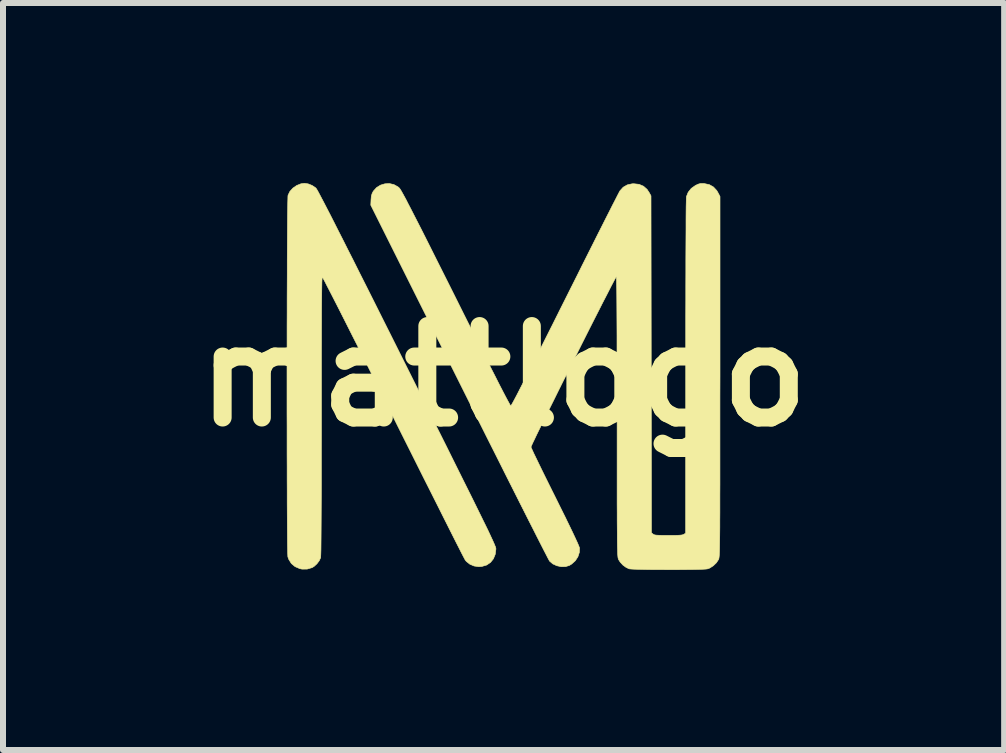
<source format=kicad_pcb>
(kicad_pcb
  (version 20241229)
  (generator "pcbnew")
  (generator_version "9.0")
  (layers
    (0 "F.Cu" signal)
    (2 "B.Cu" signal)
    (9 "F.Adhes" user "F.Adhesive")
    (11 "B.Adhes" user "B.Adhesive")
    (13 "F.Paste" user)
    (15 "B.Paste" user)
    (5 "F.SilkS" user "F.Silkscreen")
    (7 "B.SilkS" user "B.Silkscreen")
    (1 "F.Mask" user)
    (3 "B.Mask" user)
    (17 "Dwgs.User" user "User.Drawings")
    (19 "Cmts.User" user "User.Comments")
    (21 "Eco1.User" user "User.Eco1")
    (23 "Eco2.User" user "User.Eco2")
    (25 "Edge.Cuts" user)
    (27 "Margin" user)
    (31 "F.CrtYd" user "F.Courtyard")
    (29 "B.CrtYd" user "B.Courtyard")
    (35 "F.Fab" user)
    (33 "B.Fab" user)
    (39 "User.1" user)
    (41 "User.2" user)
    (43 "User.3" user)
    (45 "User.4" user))
  (footprint "mattlogo"
    (layer "F.Cu")
    (at 5.341 3.218)
    (property "Reference" "mattlogo" (at 0 0 0) (layer "F.SilkS") (effects (font (size 1.524 1.524) (thickness 0.3))))
    (attr through_hole)
    (fp_poly (pts (xy -3.256 -3.204) (xy -3.191 -3.178) (xy -3.135 -3.141) (xy -3.126 -3.133) (xy -3.119 -3.123) (xy -3.105 -3.101) (xy -3.086 -3.067) (xy -3.061 -3.02) (xy -3.029 -2.959) (xy -2.99 -2.885) (xy -2.944 -2.796) (xy -2.89 -2.692) (xy -2.829 -2.572) (xy -2.76 -2.435) (xy -2.682 -2.282) (xy -2.596 -2.111) (xy -2.5 -1.922) (xy -2.396 -1.714) (xy -2.281 -1.486) (xy -2.157 -1.239) (xy -2.023 -0.971) (xy -1.878 -0.682) (xy -1.723 -0.372) (xy -1.605 -0.136) (xy -1.451 0.172) (xy -1.308 0.459) (xy -1.175 0.725) (xy -1.052 0.97) (xy -0.939 1.196) (xy -0.836 1.404) (xy -0.742 1.593) (xy -0.656 1.766) (xy -0.578 1.922) (xy -0.508 2.063) (xy -0.446 2.189) (xy -0.391 2.301) (xy -0.342 2.401) (xy -0.299 2.488) (xy -0.262 2.564) (xy -0.231 2.63) (xy -0.205 2.686) (xy -0.183 2.733) (xy -0.166 2.771) (xy -0.152 2.803) (xy -0.142 2.828) (xy -0.134 2.847) (xy -0.13 2.862) (xy -0.128 2.872) (xy -0.127 2.878) (xy -0.138 2.968) (xy -0.169 3.044) (xy -0.217 3.104) (xy -0.282 3.148) (xy -0.361 3.171) (xy -0.412 3.175) (xy -0.49 3.164) (xy -0.561 3.134) (xy -0.62 3.087) (xy -0.64 3.062) (xy -0.648 3.046) (xy -0.668 3.009) (xy -0.698 2.951) (xy -0.737 2.874) (xy -0.786 2.778) (xy -0.843 2.665) (xy -0.908 2.536) (xy -0.981 2.391) (xy -1.06 2.233) (xy -1.146 2.062) (xy -1.238 1.879) (xy -1.336 1.685) (xy -1.438 1.481) (xy -1.544 1.269) (xy -1.654 1.05) (xy -1.767 0.824) (xy -1.837 0.683) (xy -1.952 0.454) (xy -2.063 0.232) (xy -2.171 0.016) (xy -2.275 -0.191) (xy -2.374 -0.389) (xy -2.469 -0.576) (xy -2.558 -0.752) (xy -2.64 -0.915) (xy -2.716 -1.065) (xy -2.785 -1.201) (xy -2.846 -1.32) (xy -2.899 -1.423) (xy -2.943 -1.508) (xy -2.977 -1.575) (xy -3.002 -1.621) (xy -3.016 -1.646) (xy -3.019 -1.651) (xy -3.021 -1.647) (xy -3.023 -1.632) (xy -3.025 -1.608) (xy -3.027 -1.572) (xy -3.028 -1.523) (xy -3.029 -1.461) (xy -3.03 -1.385) (xy -3.031 -1.294) (xy -3.032 -1.186) (xy -3.033 -1.062) (xy -3.033 -0.92) (xy -3.034 -0.758) (xy -3.034 -0.577) (xy -3.035 -0.375) (xy -3.035 -0.152) (xy -3.035 0.094) (xy -3.035 0.364) (xy -3.035 0.658) (xy -3.035 0.664) (xy -3.035 0.987) (xy -3.036 1.285) (xy -3.036 1.559) (xy -3.036 1.808) (xy -3.037 2.033) (xy -3.038 2.234) (xy -3.039 2.412) (xy -3.04 2.567) (xy -3.041 2.698) (xy -3.042 2.807) (xy -3.043 2.894) (xy -3.045 2.959) (xy -3.047 3.003) (xy -3.048 3.025) (xy -3.049 3.027) (xy -3.072 3.077) (xy -3.111 3.128) (xy -3.158 3.171) (xy -3.191 3.191) (xy -3.272 3.215) (xy -3.357 3.216) (xy -3.395 3.208) (xy -3.474 3.174) (xy -3.536 3.122) (xy -3.579 3.053) (xy -3.594 3.011) (xy -3.595 2.993) (xy -3.597 2.951) (xy -3.598 2.886) (xy -3.6 2.8) (xy -3.601 2.693) (xy -3.602 2.569) (xy -3.603 2.427) (xy -3.604 2.269) (xy -3.605 2.097) (xy -3.605 1.912) (xy -3.606 1.715) (xy -3.606 1.508) (xy -3.607 1.292) (xy -3.607 1.069) (xy -3.607 0.839) (xy -3.608 0.604) (xy -3.608 0.366) (xy -3.608 0.126) (xy -3.608 -0.115) (xy -3.607 -0.355) (xy -3.607 -0.594) (xy -3.607 -0.829) (xy -3.606 -1.059) (xy -3.606 -1.283) (xy -3.605 -1.499) (xy -3.604 -1.707) (xy -3.604 -1.904) (xy -3.603 -2.09) (xy -3.602 -2.263) (xy -3.601 -2.421) (xy -3.6 -2.564) (xy -3.599 -2.69) (xy -3.597 -2.797) (xy -3.596 -2.885) (xy -3.594 -2.951) (xy -3.593 -2.995) (xy -3.591 -3.014) (xy -3.591 -3.015) (xy -3.56 -3.078) (xy -3.51 -3.133) (xy -3.447 -3.177) (xy -3.377 -3.205) (xy -3.318 -3.213) (xy -3.256 -3.204)) (stroke (width 0.01) (type solid)) (fill yes) (layer "F.SilkS"))
    (fp_poly (pts (xy 3.344 -3.209) (xy 3.429 -3.191) (xy 3.498 -3.152) (xy 3.553 -3.093) (xy 3.571 -3.062) (xy 3.607 -2.994) (xy 3.607 0.005) (xy 3.606 0.33) (xy 3.606 0.632) (xy 3.606 0.91) (xy 3.606 1.165) (xy 3.606 1.399) (xy 3.606 1.613) (xy 3.606 1.807) (xy 3.605 1.982) (xy 3.605 2.139) (xy 3.605 2.28) (xy 3.604 2.405) (xy 3.604 2.516) (xy 3.603 2.612) (xy 3.602 2.696) (xy 3.601 2.768) (xy 3.6 2.83) (xy 3.599 2.881) (xy 3.598 2.923) (xy 3.596 2.958) (xy 3.595 2.985) (xy 3.593 3.007) (xy 3.591 3.023) (xy 3.589 3.035) (xy 3.587 3.044) (xy 3.584 3.052) (xy 3.583 3.055) (xy 3.547 3.11) (xy 3.495 3.16) (xy 3.436 3.198) (xy 3.397 3.212) (xy 3.372 3.215) (xy 3.324 3.218) (xy 3.258 3.22) (xy 3.176 3.222) (xy 3.08 3.223) (xy 2.976 3.224) (xy 2.865 3.225) (xy 2.75 3.225) (xy 2.636 3.224) (xy 2.524 3.224) (xy 2.419 3.223) (xy 2.323 3.221) (xy 2.239 3.219) (xy 2.171 3.217) (xy 2.122 3.214) (xy 2.095 3.211) (xy 2.093 3.211) (xy 2.042 3.187) (xy 1.989 3.148) (xy 1.944 3.099) (xy 1.916 3.055) (xy 1.913 3.048) (xy 1.911 3.039) (xy 1.908 3.028) (xy 1.906 3.012) (xy 1.904 2.992) (xy 1.902 2.966) (xy 1.901 2.932) (xy 1.9 2.89) (xy 1.898 2.839) (xy 1.897 2.777) (xy 1.896 2.704) (xy 1.896 2.618) (xy 1.895 2.518) (xy 1.894 2.403) (xy 1.894 2.272) (xy 1.893 2.124) (xy 1.893 1.957) (xy 1.893 1.772) (xy 1.893 1.566) (xy 1.893 1.338) (xy 1.893 1.087) (xy 1.893 0.813) (xy 1.893 0.677) (xy 1.892 0.365) (xy 1.892 0.074) (xy 1.892 -0.196) (xy 1.891 -0.444) (xy 1.891 -0.67) (xy 1.89 -0.874) (xy 1.889 -1.055) (xy 1.888 -1.213) (xy 1.887 -1.347) (xy 1.886 -1.458) (xy 1.884 -1.545) (xy 1.883 -1.607) (xy 1.881 -1.645) (xy 1.88 -1.657) (xy 1.873 -1.647) (xy 1.855 -1.616) (xy 1.828 -1.565) (xy 1.792 -1.497) (xy 1.749 -1.412) (xy 1.698 -1.313) (xy 1.64 -1.201) (xy 1.578 -1.078) (xy 1.51 -0.945) (xy 1.439 -0.805) (xy 1.365 -0.658) (xy 1.289 -0.507) (xy 1.212 -0.353) (xy 1.134 -0.198) (xy 1.057 -0.043) (xy 0.98 0.11) (xy 0.906 0.259) (xy 0.835 0.403) (xy 0.767 0.539) (xy 0.704 0.667) (xy 0.646 0.785) (xy 0.594 0.89) (xy 0.549 0.982) (xy 0.513 1.058) (xy 0.484 1.118) (xy 0.466 1.159) (xy 0.458 1.179) (xy 0.457 1.181) (xy 0.463 1.196) (xy 0.479 1.232) (xy 0.504 1.287) (xy 0.539 1.359) (xy 0.581 1.446) (xy 0.63 1.547) (xy 0.685 1.659) (xy 0.745 1.78) (xy 0.809 1.909) (xy 0.858 2.007) (xy 0.948 2.189) (xy 1.028 2.35) (xy 1.096 2.49) (xy 1.153 2.608) (xy 1.198 2.704) (xy 1.232 2.778) (xy 1.254 2.83) (xy 1.265 2.86) (xy 1.266 2.863) (xy 1.263 2.937) (xy 1.239 3.01) (xy 1.196 3.076) (xy 1.136 3.13) (xy 1.096 3.155) (xy 1.032 3.174) (xy 0.96 3.175) (xy 0.887 3.159) (xy 0.82 3.128) (xy 0.768 3.083) (xy 0.767 3.083) (xy 0.759 3.068) (xy 0.739 3.031) (xy 0.71 2.974) (xy 0.67 2.897) (xy 0.621 2.801) (xy 0.563 2.687) (xy 0.497 2.556) (xy 0.422 2.409) (xy 0.341 2.248) (xy 0.252 2.072) (xy 0.157 1.883) (xy 0.055 1.681) (xy -0.051 1.469) (xy -0.163 1.246) (xy -0.28 1.014) (xy -0.4 0.774) (xy -0.524 0.527) (xy -0.651 0.273) (xy -0.739 0.097) (xy -2.212 -2.85) (xy -2.208 -2.941) (xy -2.203 -2.997) (xy -2.192 -3.038) (xy -2.174 -3.075) (xy -2.169 -3.083) (xy -2.116 -3.142) (xy -2.05 -3.183) (xy -1.977 -3.205) (xy -1.901 -3.209) (xy -1.827 -3.192) (xy -1.76 -3.155) (xy -1.74 -3.138) (xy -1.731 -3.128) (xy -1.719 -3.11) (xy -1.703 -3.084) (xy -1.683 -3.048) (xy -1.657 -3.001) (xy -1.626 -2.944) (xy -1.59 -2.873) (xy -1.546 -2.789) (xy -1.496 -2.691) (xy -1.438 -2.578) (xy -1.372 -2.449) (xy -1.298 -2.302) (xy -1.215 -2.137) (xy -1.123 -1.953) (xy -1.021 -1.75) (xy -0.908 -1.525) (xy -0.795 -1.299) (xy -0.66 -1.028) (xy -0.535 -0.779) (xy -0.421 -0.552) (xy -0.318 -0.347) (xy -0.225 -0.164) (xy -0.143 -0.004) (xy -0.073 0.135) (xy -0.013 0.251) (xy 0.036 0.345) (xy 0.074 0.416) (xy 0.101 0.465) (xy 0.116 0.491) (xy 0.121 0.495) (xy 0.129 0.484) (xy 0.149 0.45) (xy 0.18 0.393) (xy 0.222 0.314) (xy 0.274 0.212) (xy 0.338 0.088) (xy 0.413 -0.059) (xy 0.498 -0.227) (xy 0.595 -0.418) (xy 0.702 -0.631) (xy 0.82 -0.865) (xy 0.948 -1.122) (xy 1.023 -1.271) (xy 1.123 -1.471) (xy 1.22 -1.664) (xy 1.313 -1.851) (xy 1.403 -2.03) (xy 1.488 -2.199) (xy 1.567 -2.357) (xy 1.641 -2.503) (xy 1.708 -2.636) (xy 1.768 -2.754) (xy 1.82 -2.857) (xy 1.864 -2.942) (xy 1.898 -3.009) (xy 1.923 -3.057) (xy 1.937 -3.083) (xy 1.94 -3.088) (xy 1.994 -3.148) (xy 2.062 -3.187) (xy 2.143 -3.205) (xy 2.172 -3.206) (xy 2.259 -3.196) (xy 2.332 -3.165) (xy 2.392 -3.112) (xy 2.43 -3.054) (xy 2.457 -3.004) (xy 2.461 -0.197) (xy 2.464 2.61) (xy 2.491 2.632) (xy 2.503 2.64) (xy 2.521 2.646) (xy 2.548 2.65) (xy 2.587 2.652) (xy 2.644 2.654) (xy 2.721 2.654) (xy 2.748 2.654) (xy 2.834 2.654) (xy 2.898 2.653) (xy 2.944 2.65) (xy 2.976 2.646) (xy 2.996 2.64) (xy 3.007 2.635) (xy 3.035 2.615) (xy 3.036 -0.163) (xy 3.036 -0.454) (xy 3.036 -0.734) (xy 3.036 -1.002) (xy 3.037 -1.257) (xy 3.037 -1.499) (xy 3.038 -1.726) (xy 3.038 -1.938) (xy 3.039 -2.133) (xy 3.04 -2.31) (xy 3.041 -2.469) (xy 3.041 -2.609) (xy 3.042 -2.729) (xy 3.043 -2.827) (xy 3.045 -2.903) (xy 3.046 -2.956) (xy 3.047 -2.985) (xy 3.047 -2.99) (xy 3.077 -3.064) (xy 3.128 -3.128) (xy 3.197 -3.177) (xy 3.2 -3.179) (xy 3.246 -3.2) (xy 3.283 -3.21) (xy 3.325 -3.21) (xy 3.344 -3.209)) (stroke (width 0.01) (type solid)) (fill yes) (layer "F.SilkS")))
  (gr_rect
    (start -3 -3)
    (end 13.683 9.448)
    (stroke (width 0.1) (type default))
    (fill no)
    (layer "Edge.Cuts")))
</source>
